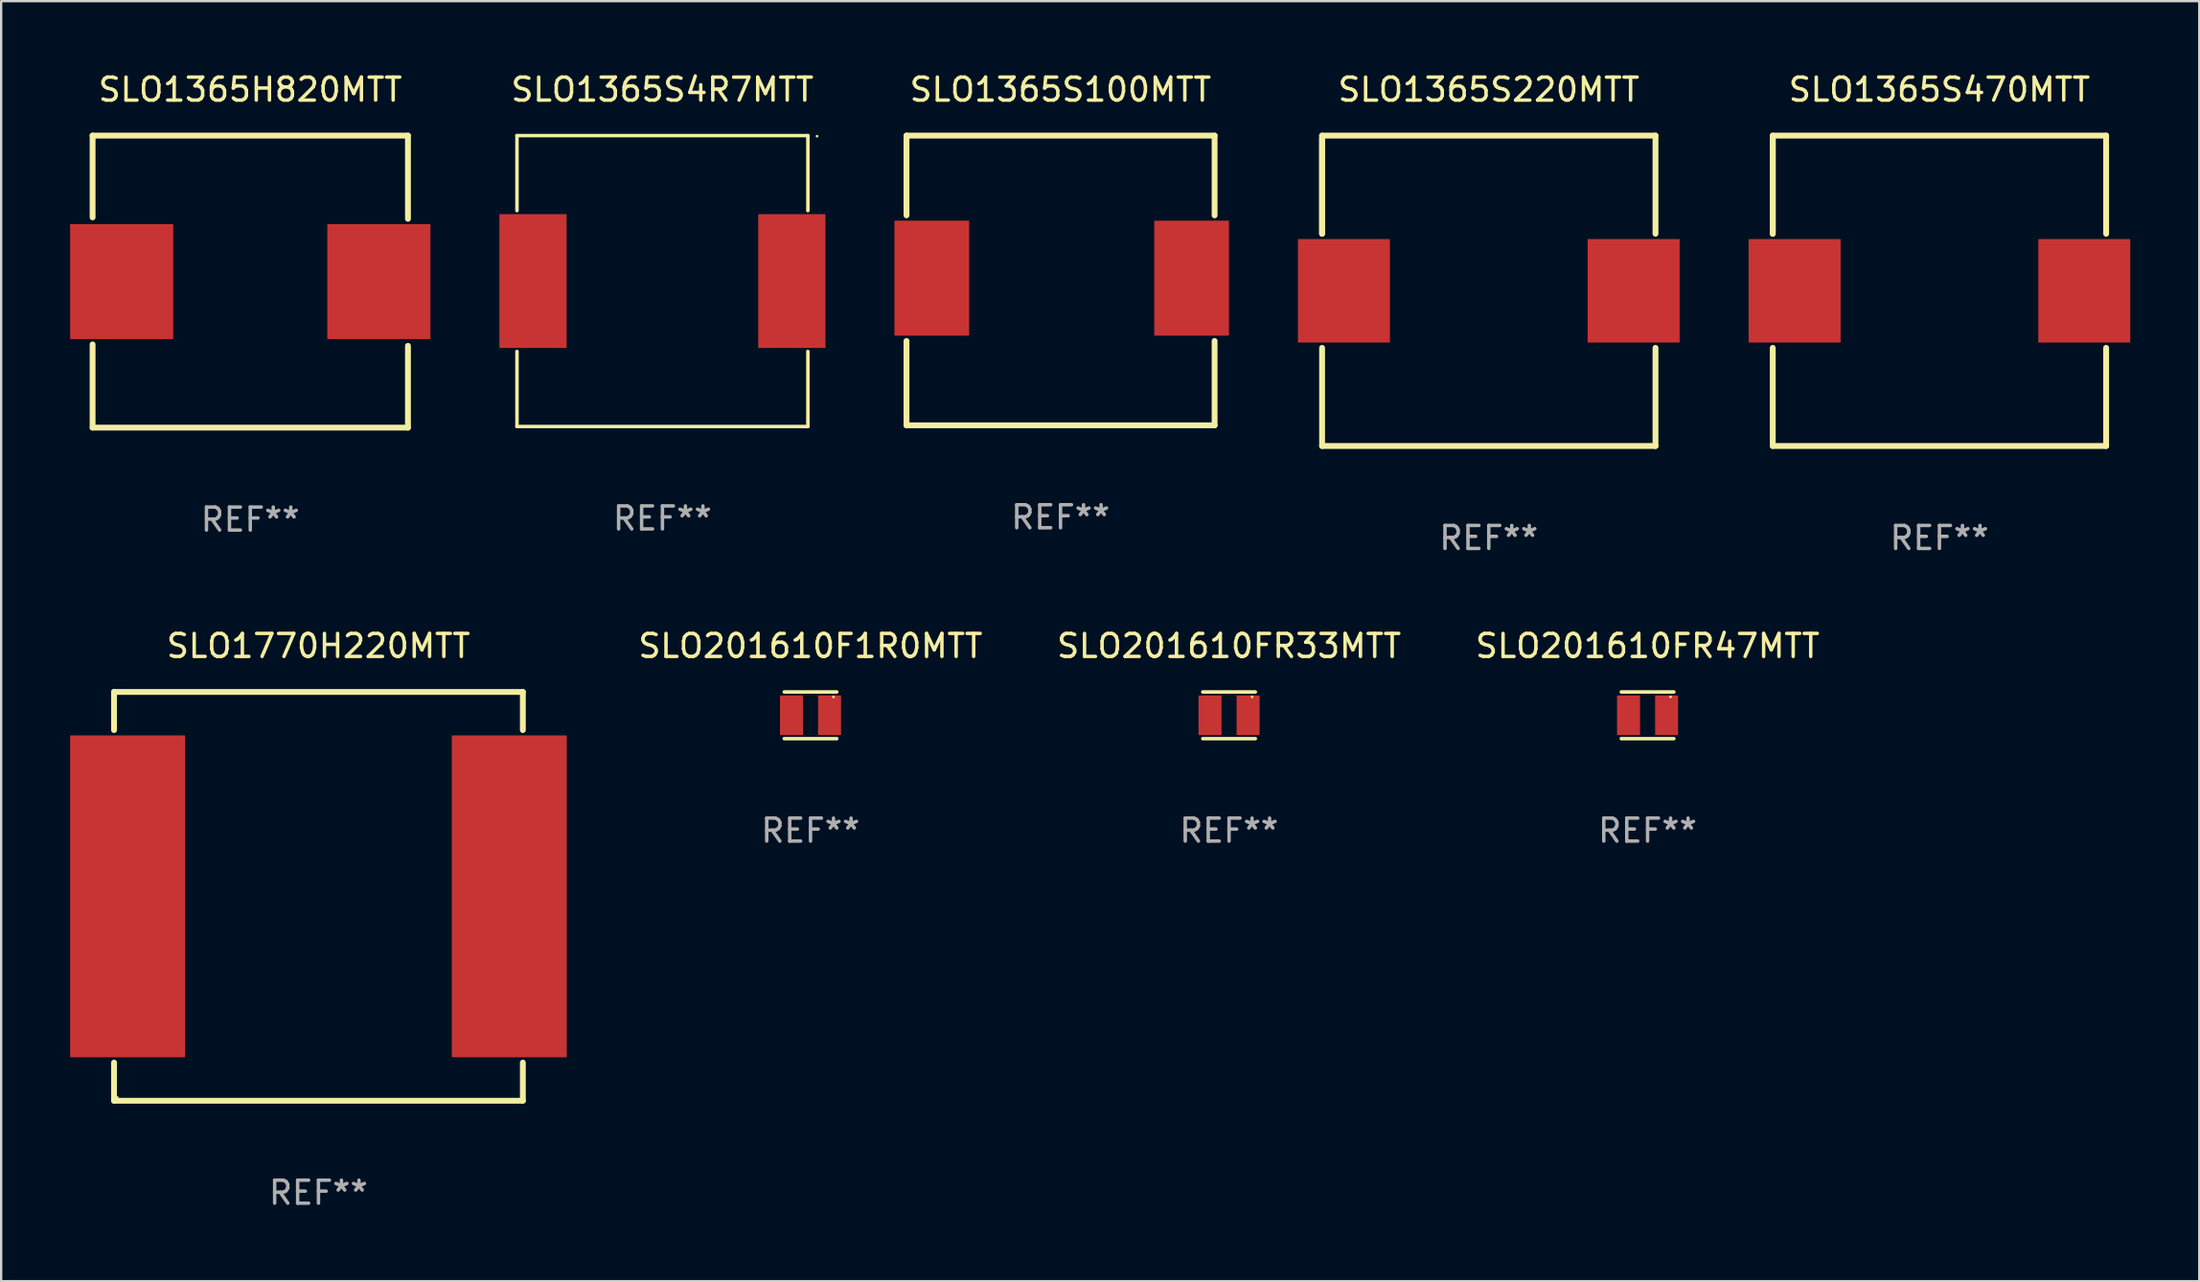
<source format=kicad_pcb>
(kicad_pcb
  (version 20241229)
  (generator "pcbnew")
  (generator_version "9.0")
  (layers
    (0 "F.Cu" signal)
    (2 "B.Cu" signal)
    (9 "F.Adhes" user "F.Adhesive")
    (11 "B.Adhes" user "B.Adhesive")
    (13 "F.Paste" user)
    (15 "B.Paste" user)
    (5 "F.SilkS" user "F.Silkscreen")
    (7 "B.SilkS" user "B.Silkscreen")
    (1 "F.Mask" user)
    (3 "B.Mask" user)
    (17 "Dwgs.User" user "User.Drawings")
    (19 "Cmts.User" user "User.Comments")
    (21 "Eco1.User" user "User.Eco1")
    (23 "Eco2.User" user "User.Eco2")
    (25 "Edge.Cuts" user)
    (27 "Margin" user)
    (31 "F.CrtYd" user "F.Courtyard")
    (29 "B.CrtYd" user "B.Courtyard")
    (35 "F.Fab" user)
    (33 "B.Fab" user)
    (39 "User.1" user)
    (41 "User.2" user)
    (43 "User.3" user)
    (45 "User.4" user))
  (footprint "SLO1365S220MTT"
    (layer "F.Cu")
    (at 61.7 9.598)
    (property "Reference" "SLO1365S220MTT" (at 0 -8.75 0) (layer "F.SilkS") (effects (font (size 1 1) (thickness 0.15))))
    (attr through_hole)
    (fp_line (start -7.25 -6.75) (end -7.25 -2.481) (stroke (width 0.254) (type solid)) (layer "F.SilkS"))
    (fp_line (start -7.25 -6.75) (end 7.25 -6.75) (stroke (width 0.254) (type solid)) (layer "F.SilkS"))
    (fp_line (start -7.25 -2.481) (end -7.25 -6.628) (stroke (width 0.254) (type solid)) (layer "F.SilkS"))
    (fp_line (start -7.25 6.75) (end -7.25 2.481) (stroke (width 0.254) (type solid)) (layer "F.SilkS"))
    (fp_line (start 7.25 -6.75) (end 7.25 -2.481) (stroke (width 0.254) (type solid)) (layer "F.SilkS"))
    (fp_line (start 7.25 2.481) (end 7.25 6.75) (stroke (width 0.254) (type solid)) (layer "F.SilkS"))
    (fp_line (start 7.25 6.75) (end -7.25 6.75) (stroke (width 0.254) (type solid)) (layer "F.SilkS"))
    (fp_circle (center -7.25 6.5) (end -7.22 6.5) (stroke (width 0.06) (type solid)) (fill no) (layer "F.SilkS"))
    (fp_text user "REF**" (at 0 10.75 0) (layer "F.Fab") (effects (font (size 1 1) (thickness 0.15))))
    (pad "1" smd rect (at -6.3 0) (size 4 4.5) (layers "F.Cu" "F.Mask" "F.Paste"))
    (pad "2" smd rect (at 6.3 0) (size 4 4.5) (layers "F.Cu" "F.Mask" "F.Paste")))
  (footprint "SLO201610FR33MTT"
    (layer "F.Cu")
    (at 50.404 28.061)
    (property "Reference" "SLO201610FR33MTT" (at 0 -3.016 0) (layer "F.SilkS") (effects (font (size 1 1) (thickness 0.15))))
    (attr through_hole)
    (fp_line (start -1.143 -1.016) (end 1.143 -1.016) (stroke (width 0.152) (type solid)) (layer "F.SilkS"))
    (fp_line (start 1.143 1.016) (end -1.143 1.016) (stroke (width 0.152) (type solid)) (layer "F.SilkS"))
    (fp_circle (center 1 -0.8) (end 1.03 -0.8) (stroke (width 0.06) (type solid)) (fill no) (layer "F.SilkS"))
    (fp_text user "REF**" (at 0 5.016 0) (layer "F.Fab") (effects (font (size 1 1) (thickness 0.15))))
    (pad "1" smd rect (at 0.828 0) (size 1 1.72) (layers "F.Cu" "F.Mask" "F.Paste"))
    (pad "2" smd rect (at -0.828 0) (size 1 1.72) (layers "F.Cu" "F.Mask" "F.Paste")))
  (footprint "SLO201610F1R0MTT"
    (layer "F.Cu")
    (at 32.201 28.061)
    (property "Reference" "SLO201610F1R0MTT" (at 0 -3.016 0) (layer "F.SilkS") (effects (font (size 1 1) (thickness 0.15))))
    (attr through_hole)
    (fp_line (start -1.143 -1.016) (end 1.143 -1.016) (stroke (width 0.152) (type solid)) (layer "F.SilkS"))
    (fp_line (start 1.143 1.016) (end -1.143 1.016) (stroke (width 0.152) (type solid)) (layer "F.SilkS"))
    (fp_circle (center 1 -0.8) (end 1.03 -0.8) (stroke (width 0.06) (type solid)) (fill no) (layer "F.SilkS"))
    (fp_text user "REF**" (at 0 5.016 0) (layer "F.Fab") (effects (font (size 1 1) (thickness 0.15))))
    (pad "1" smd rect (at 0.828 0) (size 1 1.72) (layers "F.Cu" "F.Mask" "F.Paste"))
    (pad "2" smd rect (at -0.828 0) (size 1 1.72) (layers "F.Cu" "F.Mask" "F.Paste")))
  (footprint "SLO1770H220MTT"
    (layer "F.Cu")
    (at 10.8 35.935)
    (property "Reference" "SLO1770H220MTT" (at 0 -10.89 0) (layer "F.SilkS") (effects (font (size 1 1) (thickness 0.15))))
    (attr through_hole)
    (fp_line (start -8.89 -8.89) (end -8.89 -7.62) (stroke (width 0.254) (type solid)) (layer "F.SilkS"))
    (fp_line (start -8.89 -7.62) (end -8.89 -7.231) (stroke (width 0.254) (type solid)) (layer "F.SilkS"))
    (fp_line (start -8.89 7.231) (end -8.89 8.89) (stroke (width 0.254) (type solid)) (layer "F.SilkS"))
    (fp_line (start -8.89 8.89) (end 8.89 8.89) (stroke (width 0.254) (type solid)) (layer "F.SilkS"))
    (fp_line (start 8.89 -8.89) (end -8.89 -8.89) (stroke (width 0.254) (type solid)) (layer "F.SilkS"))
    (fp_line (start 8.89 -7.231) (end 8.89 -8.89) (stroke (width 0.254) (type solid)) (layer "F.SilkS"))
    (fp_line (start 8.89 8.89) (end 8.89 7.231) (stroke (width 0.254) (type solid)) (layer "F.SilkS"))
    (fp_circle (center -8.75 8.75) (end -8.72 8.75) (stroke (width 0.06) (type solid)) (fill no) (layer "F.SilkS"))
    (fp_text user "REF**" (at 0 12.89 0) (layer "F.Fab") (effects (font (size 1 1) (thickness 0.15))))
    (pad "1" smd rect (at -8.3 0) (size 5 14) (layers "F.Cu" "F.Mask" "F.Paste"))
    (pad "2" smd rect (at 8.3 0) (size 5 14) (layers "F.Cu" "F.Mask" "F.Paste")))
  (footprint "SLO201610FR47MTT"
    (layer "F.Cu")
    (at 68.606 28.061)
    (property "Reference" "SLO201610FR47MTT" (at 0 -3.016 0) (layer "F.SilkS") (effects (font (size 1 1) (thickness 0.15))))
    (attr through_hole)
    (fp_line (start -1.143 -1.016) (end 1.143 -1.016) (stroke (width 0.152) (type solid)) (layer "F.SilkS"))
    (fp_line (start 1.143 1.016) (end -1.143 1.016) (stroke (width 0.152) (type solid)) (layer "F.SilkS"))
    (fp_circle (center 1 -0.8) (end 1.03 -0.8) (stroke (width 0.06) (type solid)) (fill no) (layer "F.SilkS"))
    (fp_text user "REF**" (at 0 5.016 0) (layer "F.Fab") (effects (font (size 1 1) (thickness 0.15))))
    (pad "1" smd rect (at 0.828 0) (size 1 1.72) (layers "F.Cu" "F.Mask" "F.Paste"))
    (pad "2" smd rect (at -0.828 0) (size 1 1.72) (layers "F.Cu" "F.Mask" "F.Paste")))
  (footprint "SLO1365H820MTT"
    (layer "F.Cu")
    (at 7.835 9.198)
    (property "Reference" "SLO1365H820MTT" (at 0 -8.35 0) (layer "F.SilkS") (effects (font (size 1 1) (thickness 0.15))))
    (attr through_hole)
    (fp_line (start -6.858 -6.35) (end 6.858 -6.35) (stroke (width 0.254) (type solid)) (layer "F.SilkS"))
    (fp_line (start -6.858 -2.794) (end -6.858 -6.35) (stroke (width 0.254) (type solid)) (layer "F.SilkS"))
    (fp_line (start -6.858 6.35) (end -6.858 2.731) (stroke (width 0.254) (type solid)) (layer "F.SilkS"))
    (fp_line (start 6.858 -6.35) (end 6.858 -2.731) (stroke (width 0.254) (type solid)) (layer "F.SilkS"))
    (fp_line (start 6.858 2.794) (end 6.858 6.35) (stroke (width 0.254) (type solid)) (layer "F.SilkS"))
    (fp_line (start 6.858 6.35) (end -6.858 6.35) (stroke (width 0.254) (type solid)) (layer "F.SilkS"))
    (fp_circle (center -6.8 6.3) (end -6.77 6.3) (stroke (width 0.06) (type solid)) (fill no) (layer "F.SilkS"))
    (fp_text user "REF**" (at 0 10.35 0) (layer "F.Fab") (effects (font (size 1 1) (thickness 0.15))))
    (pad "1" smd rect (at -5.593 0) (size 4.485 5) (layers "F.Cu" "F.Mask" "F.Paste"))
    (pad "2" smd rect (at 5.593 0) (size 4.485 5) (layers "F.Cu" "F.Mask" "F.Paste")))
  (footprint "SLO1365S100MTT"
    (layer "F.Cu")
    (at 43.075 9.148)
    (property "Reference" "SLO1365S100MTT" (at 0 -8.3 0) (layer "F.SilkS") (effects (font (size 1 1) (thickness 0.15))))
    (attr through_hole)
    (fp_line (start -6.7 -6.3) (end 6.7 -6.3) (stroke (width 0.254) (type solid)) (layer "F.SilkS"))
    (fp_line (start -6.7 -2.831) (end -6.7 -6.3) (stroke (width 0.254) (type solid)) (layer "F.SilkS"))
    (fp_line (start -6.7 6.3) (end -6.7 2.631) (stroke (width 0.254) (type solid)) (layer "F.SilkS"))
    (fp_line (start -6.7 6.3) (end 6.7 6.3) (stroke (width 0.254) (type solid)) (layer "F.SilkS"))
    (fp_line (start 6.7 -6.3) (end 6.7 -2.831) (stroke (width 0.254) (type solid)) (layer "F.SilkS"))
    (fp_line (start 6.7 2.631) (end 6.7 6.3) (stroke (width 0.254) (type solid)) (layer "F.SilkS"))
    (fp_circle (center -6.65 6.2) (end -6.62 6.2) (stroke (width 0.06) (type solid)) (fill no) (layer "F.SilkS"))
    (fp_text user "REF**" (at 0 10.3 0) (layer "F.Fab") (effects (font (size 1 1) (thickness 0.15))))
    (pad "1" smd rect (at -5.6 -0.1 90) (size 5 3.25) (layers "F.Cu" "F.Mask" "F.Paste"))
    (pad "2" smd rect (at 5.7 -0.1 90) (size 5 3.25) (layers "F.Cu" "F.Mask" "F.Paste")))
  (footprint "SLO1365S470MTT"
    (layer "F.Cu")
    (at 81.3 9.598)
    (property "Reference" "SLO1365S470MTT" (at 0 -8.75 0) (layer "F.SilkS") (effects (font (size 1 1) (thickness 0.15))))
    (attr through_hole)
    (fp_line (start -7.25 -6.75) (end -7.25 -2.481) (stroke (width 0.254) (type solid)) (layer "F.SilkS"))
    (fp_line (start -7.25 -6.75) (end 7.25 -6.75) (stroke (width 0.254) (type solid)) (layer "F.SilkS"))
    (fp_line (start -7.25 -2.481) (end -7.25 -6.628) (stroke (width 0.254) (type solid)) (layer "F.SilkS"))
    (fp_line (start -7.25 6.75) (end -7.25 2.481) (stroke (width 0.254) (type solid)) (layer "F.SilkS"))
    (fp_line (start 7.25 -6.75) (end 7.25 -2.481) (stroke (width 0.254) (type solid)) (layer "F.SilkS"))
    (fp_line (start 7.25 2.481) (end 7.25 6.75) (stroke (width 0.254) (type solid)) (layer "F.SilkS"))
    (fp_line (start 7.25 6.75) (end -7.25 6.75) (stroke (width 0.254) (type solid)) (layer "F.SilkS"))
    (fp_circle (center -7.25 6.5) (end -7.22 6.5) (stroke (width 0.06) (type solid)) (fill no) (layer "F.SilkS"))
    (fp_text user "REF**" (at 0 10.75 0) (layer "F.Fab") (effects (font (size 1 1) (thickness 0.15))))
    (pad "1" smd rect (at -6.3 0) (size 4 4.5) (layers "F.Cu" "F.Mask" "F.Paste"))
    (pad "2" smd rect (at 6.3 0) (size 4 4.5) (layers "F.Cu" "F.Mask" "F.Paste")))
  (footprint "SLO1365S4R7MTT"
    (layer "F.Cu")
    (at 25.76 9.174)
    (property "Reference" "SLO1365S4R7MTT" (at 0 -8.326 0) (layer "F.SilkS") (effects (font (size 1 1) (thickness 0.15))))
    (attr through_hole)
    (fp_line (start -6.326 -6.326) (end 6.326 -6.326) (stroke (width 0.152) (type solid)) (layer "F.SilkS"))
    (fp_line (start -6.326 -3.062) (end -6.326 -6.326) (stroke (width 0.152) (type solid)) (layer "F.SilkS"))
    (fp_line (start -6.326 3.062) (end -6.326 6.326) (stroke (width 0.152) (type solid)) (layer "F.SilkS"))
    (fp_line (start -6.326 6.326) (end 6.326 6.326) (stroke (width 0.152) (type solid)) (layer "F.SilkS"))
    (fp_line (start 6.326 -6.326) (end 6.326 -3.062) (stroke (width 0.152) (type solid)) (layer "F.SilkS"))
    (fp_line (start 6.326 6.326) (end 6.326 3.062) (stroke (width 0.152) (type solid)) (layer "F.SilkS"))
    (fp_circle (center 6.725 -6.3) (end 6.755 -6.3) (stroke (width 0.06) (type solid)) (fill no) (layer "F.SilkS"))
    (fp_text user "REF**" (at 0 10.326 0) (layer "F.Fab") (effects (font (size 1 1) (thickness 0.15))))
    (pad "1" smd rect (at 5.628 0) (size 2.924 5.82) (layers "F.Cu" "F.Mask" "F.Paste"))
    (pad "2" smd rect (at -5.628 0) (size 2.924 5.82) (layers "F.Cu" "F.Mask" "F.Paste")))
  (gr_rect
    (start -3 -3)
    (end 92.6 52.673)
    (stroke (width 0.1) (type default))
    (fill no)
    (layer "Edge.Cuts")))
</source>
